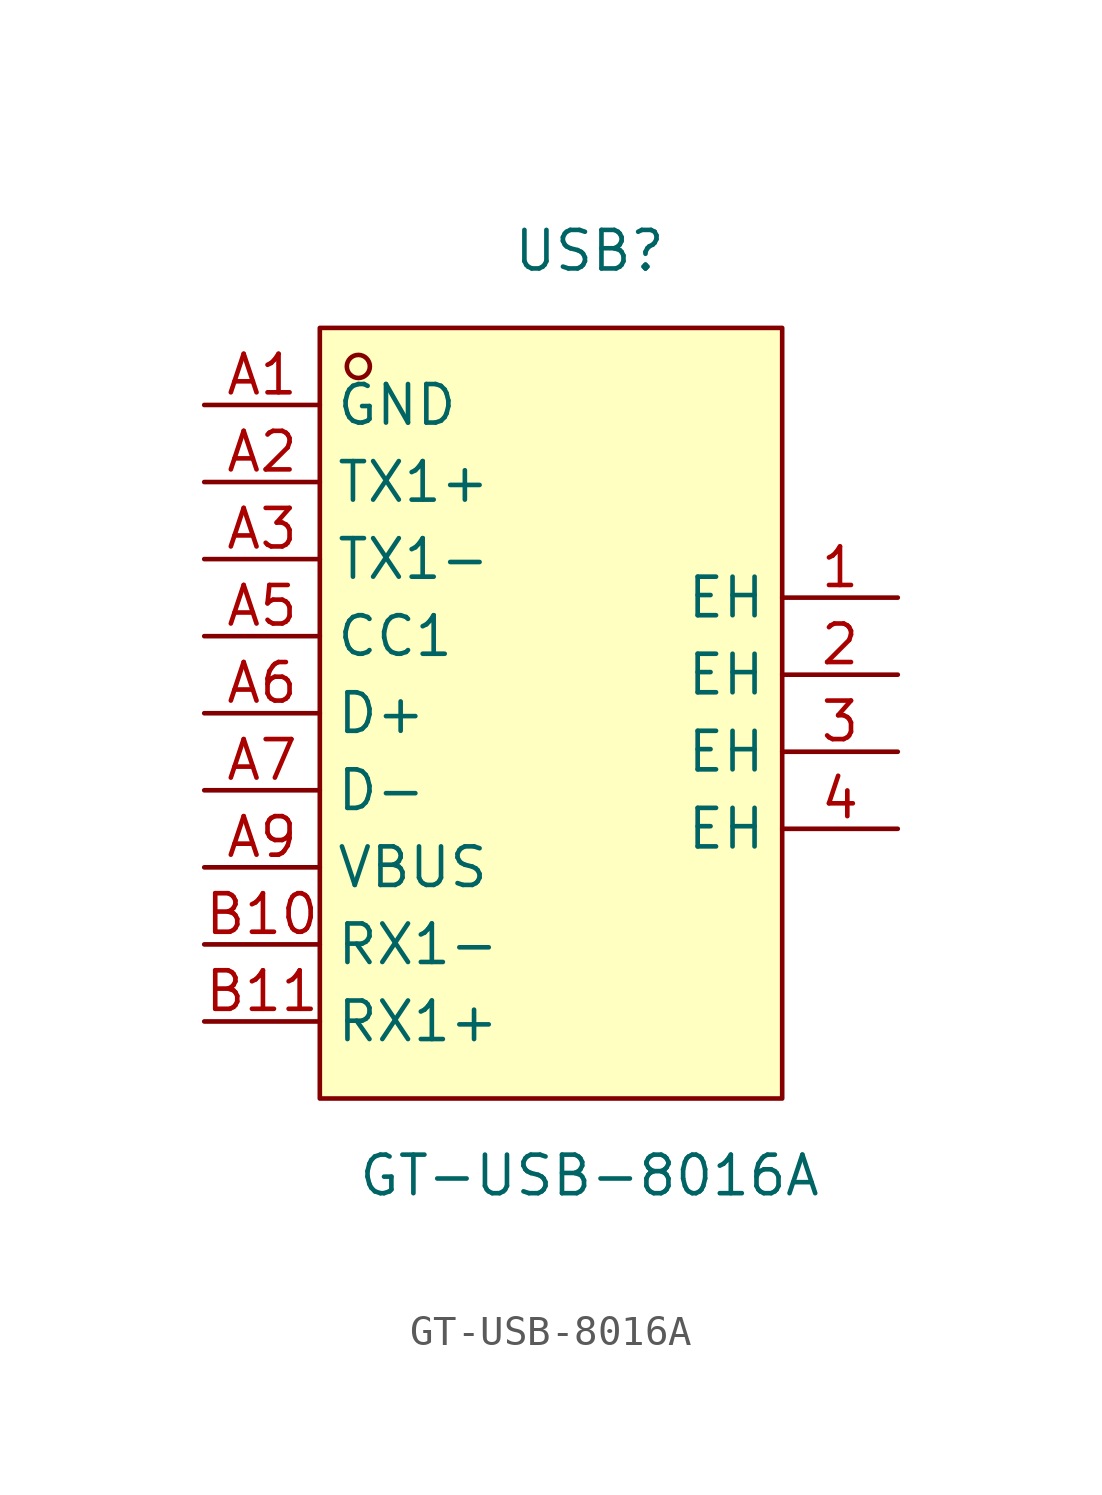
<source format=kicad_sym>
(kicad_symbol_lib
  (version 20211014)
  (generator https://github.com/uPesy/easyeda2kicad.py)
  (symbol "GT-USB-8016A"
    (property "Reference" "USB"
      (at 0 16.51 0)
      (effects (font (size 1.27 1.27))))
    (property "Value" "GT-USB-8016A"
      (at 0 -13.97 0)
      (effects (font (size 1.27 1.27))))
    (symbol "GT-USB-8016A_0_1"
      (rectangle (start -8.89 13.97) (end 6.35 -11.43) (stroke (width 0) (type default) (color 0 0 0 0)) (fill (type background)))
      (circle (center -7.62 12.70) (radius 0.38) (stroke (width 0) (type default) (color 0 0 0 0)) (fill (type none)))
      (pin unspecified line (at 10.16 -2.54 180) (length 3.81) (name "EH" (effects (font (size 1.27 1.27)))) (number "4" (effects (font (size 1.27 1.27)))))
      (pin unspecified line (at 10.16 -0.00 180) (length 3.81) (name "EH" (effects (font (size 1.27 1.27)))) (number "3" (effects (font (size 1.27 1.27)))))
      (pin unspecified line (at 10.16 2.54 180) (length 3.81) (name "EH" (effects (font (size 1.27 1.27)))) (number "2" (effects (font (size 1.27 1.27)))))
      (pin unspecified line (at 10.16 5.08 180) (length 3.81) (name "EH" (effects (font (size 1.27 1.27)))) (number "1" (effects (font (size 1.27 1.27)))))
      (pin unspecified line (at -12.70 -6.35 0) (length 3.81) (name "RX1-" (effects (font (size 1.27 1.27)))) (number "B10" (effects (font (size 1.27 1.27)))))
      (pin unspecified line (at -12.70 -8.89 0) (length 3.81) (name "RX1+" (effects (font (size 1.27 1.27)))) (number "B11" (effects (font (size 1.27 1.27)))))
      (pin unspecified line (at -12.70 -3.81 0) (length 3.81) (name "VBUS" (effects (font (size 1.27 1.27)))) (number "A9" (effects (font (size 1.27 1.27)))))
      (pin unspecified line (at -12.70 -1.27 0) (length 3.81) (name "D-" (effects (font (size 1.27 1.27)))) (number "A7" (effects (font (size 1.27 1.27)))))
      (pin unspecified line (at -12.70 1.27 0) (length 3.81) (name "D+" (effects (font (size 1.27 1.27)))) (number "A6" (effects (font (size 1.27 1.27)))))
      (pin unspecified line (at -12.70 3.81 0) (length 3.81) (name "CC1" (effects (font (size 1.27 1.27)))) (number "A5" (effects (font (size 1.27 1.27)))))
      (pin unspecified line (at -12.70 6.35 0) (length 3.81) (name "TX1-" (effects (font (size 1.27 1.27)))) (number "A3" (effects (font (size 1.27 1.27)))))
      (pin unspecified line (at -12.70 8.89 0) (length 3.81) (name "TX1+" (effects (font (size 1.27 1.27)))) (number "A2" (effects (font (size 1.27 1.27)))))
      (pin unspecified line (at -12.70 11.43 0) (length 3.81) (name "GND" (effects (font (size 1.27 1.27)))) (number "A1" (effects (font (size 1.27 1.27))))))))
</source>
